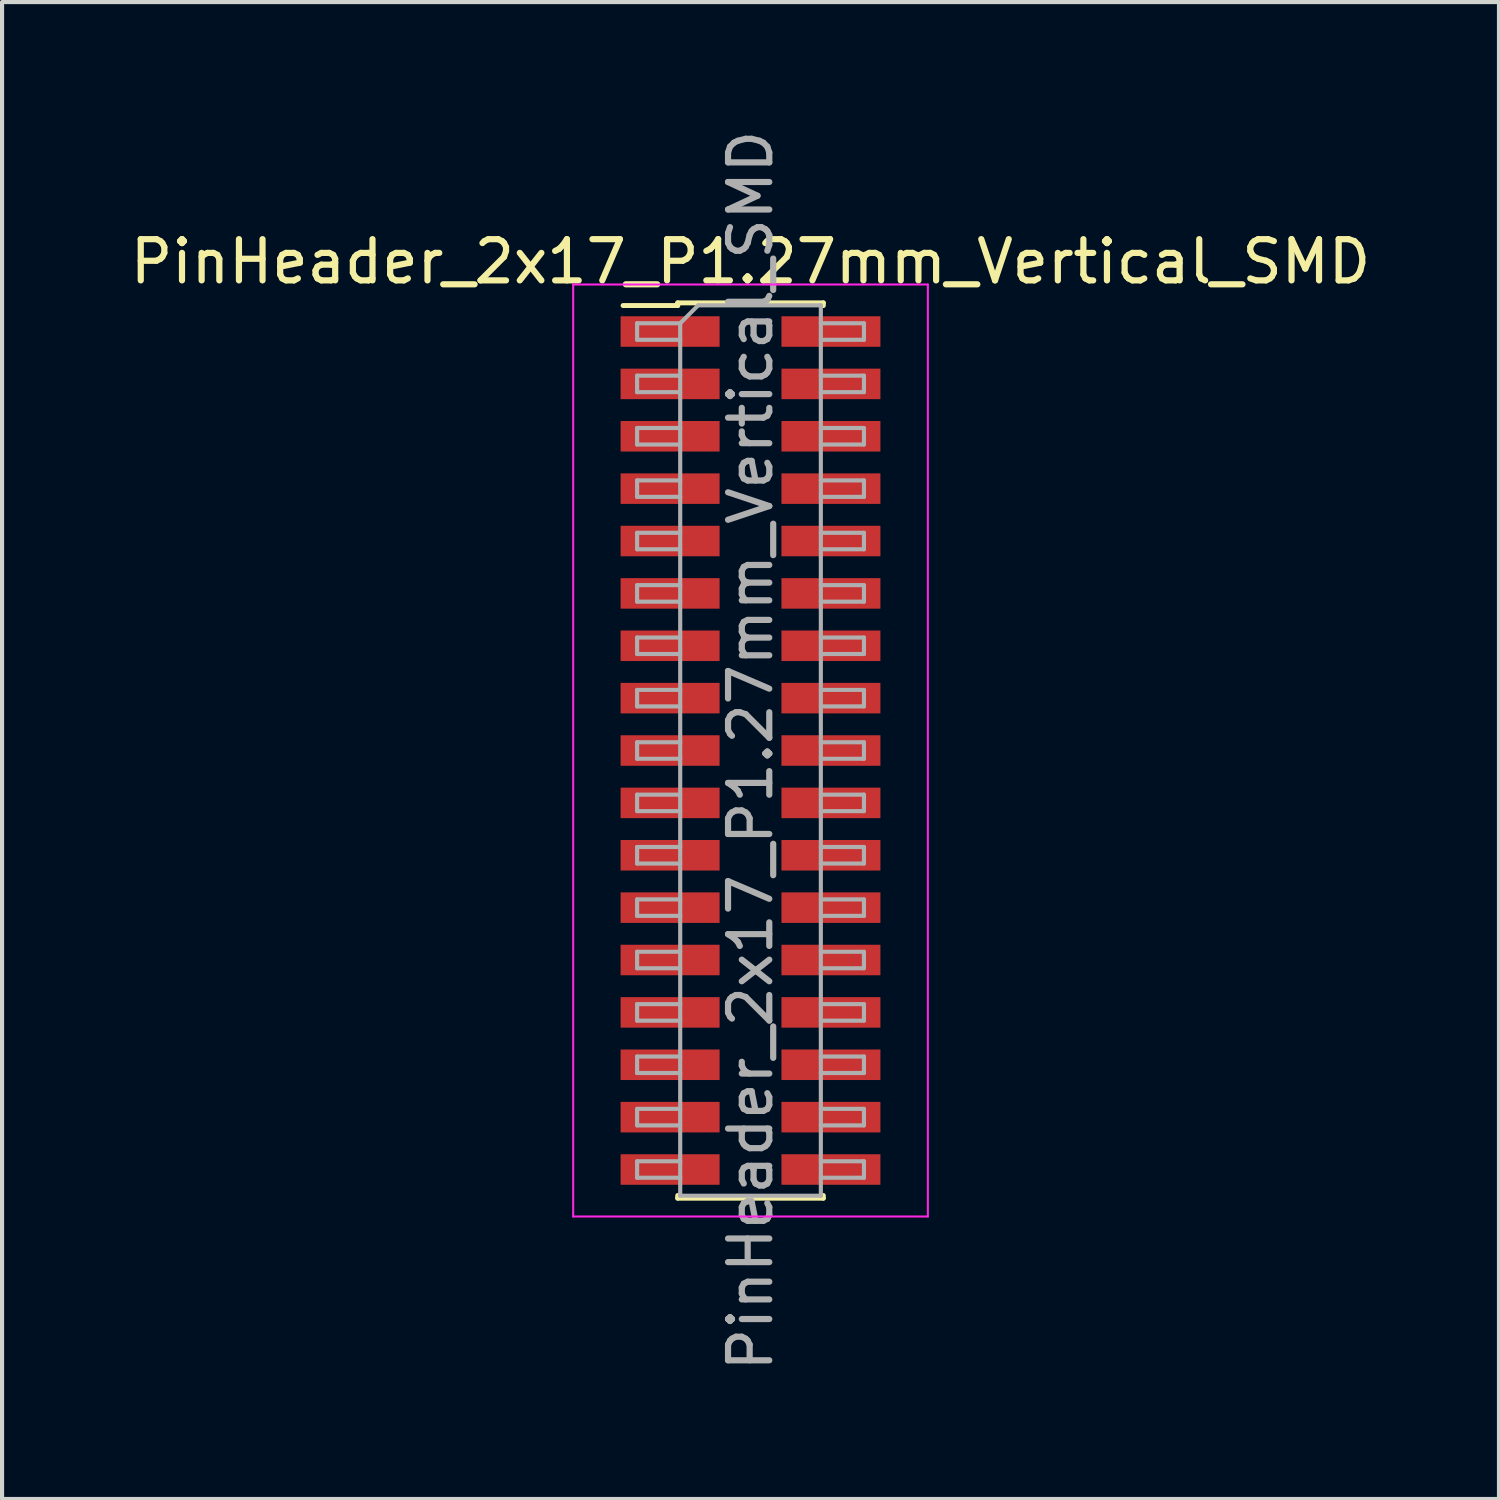
<source format=kicad_pcb>
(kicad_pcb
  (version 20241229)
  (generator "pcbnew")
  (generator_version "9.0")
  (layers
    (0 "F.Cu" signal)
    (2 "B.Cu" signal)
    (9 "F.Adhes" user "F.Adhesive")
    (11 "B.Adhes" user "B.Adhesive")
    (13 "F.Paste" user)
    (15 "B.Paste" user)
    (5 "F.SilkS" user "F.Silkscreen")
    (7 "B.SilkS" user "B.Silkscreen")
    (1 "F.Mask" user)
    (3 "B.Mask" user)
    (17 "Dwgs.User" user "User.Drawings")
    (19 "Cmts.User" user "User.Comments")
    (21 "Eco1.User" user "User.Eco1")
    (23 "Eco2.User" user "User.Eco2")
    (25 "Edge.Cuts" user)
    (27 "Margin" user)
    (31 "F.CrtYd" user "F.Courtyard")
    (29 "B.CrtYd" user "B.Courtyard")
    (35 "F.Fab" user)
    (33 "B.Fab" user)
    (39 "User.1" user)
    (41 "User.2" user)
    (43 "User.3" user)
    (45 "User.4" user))
  (footprint "PinHeader_2x17_P1.27mm_Vertical_SMD"
    (layer "F.Cu")
    (at 15.149 15.149)
    (property "Reference" "PinHeader_2x17_P1.27mm_Vertical_SMD" (at 0 -11.855 0) (layer "F.SilkS") (effects (font (size 1 1) (thickness 0.15))))
    (attr smd)
    (fp_line (start -3.09 -10.79) (end -1.765 -10.79) (stroke (width 0.12) (type solid)) (layer "F.SilkS"))
    (fp_line (start -1.765 -10.855) (end -1.765 -10.79) (stroke (width 0.12) (type solid)) (layer "F.SilkS"))
    (fp_line (start -1.765 -10.855) (end 1.765 -10.855) (stroke (width 0.12) (type solid)) (layer "F.SilkS"))
    (fp_line (start -1.765 10.79) (end -1.765 10.855) (stroke (width 0.12) (type solid)) (layer "F.SilkS"))
    (fp_line (start -1.765 10.855) (end 1.765 10.855) (stroke (width 0.12) (type solid)) (layer "F.SilkS"))
    (fp_line (start 1.765 -10.855) (end 1.765 -10.79) (stroke (width 0.12) (type solid)) (layer "F.SilkS"))
    (fp_line (start 1.765 10.79) (end 1.765 10.855) (stroke (width 0.12) (type solid)) (layer "F.SilkS"))
    (fp_line (start -4.3 -11.3) (end -4.3 11.3) (stroke (width 0.05) (type solid)) (layer "F.CrtYd"))
    (fp_line (start -4.3 11.3) (end 4.3 11.3) (stroke (width 0.05) (type solid)) (layer "F.CrtYd"))
    (fp_line (start 4.3 -11.3) (end -4.3 -11.3) (stroke (width 0.05) (type solid)) (layer "F.CrtYd"))
    (fp_line (start 4.3 11.3) (end 4.3 -11.3) (stroke (width 0.05) (type solid)) (layer "F.CrtYd"))
    (fp_line (start -2.75 -10.36) (end -2.75 -9.96) (stroke (width 0.1) (type solid)) (layer "F.Fab"))
    (fp_line (start -2.75 -9.96) (end -1.705 -9.96) (stroke (width 0.1) (type solid)) (layer "F.Fab"))
    (fp_line (start -2.75 -9.09) (end -2.75 -8.69) (stroke (width 0.1) (type solid)) (layer "F.Fab"))
    (fp_line (start -2.75 -8.69) (end -1.705 -8.69) (stroke (width 0.1) (type solid)) (layer "F.Fab"))
    (fp_line (start -2.75 -7.82) (end -2.75 -7.42) (stroke (width 0.1) (type solid)) (layer "F.Fab"))
    (fp_line (start -2.75 -7.42) (end -1.705 -7.42) (stroke (width 0.1) (type solid)) (layer "F.Fab"))
    (fp_line (start -2.75 -6.55) (end -2.75 -6.15) (stroke (width 0.1) (type solid)) (layer "F.Fab"))
    (fp_line (start -2.75 -6.15) (end -1.705 -6.15) (stroke (width 0.1) (type solid)) (layer "F.Fab"))
    (fp_line (start -2.75 -5.28) (end -2.75 -4.88) (stroke (width 0.1) (type solid)) (layer "F.Fab"))
    (fp_line (start -2.75 -4.88) (end -1.705 -4.88) (stroke (width 0.1) (type solid)) (layer "F.Fab"))
    (fp_line (start -2.75 -4.01) (end -2.75 -3.61) (stroke (width 0.1) (type solid)) (layer "F.Fab"))
    (fp_line (start -2.75 -3.61) (end -1.705 -3.61) (stroke (width 0.1) (type solid)) (layer "F.Fab"))
    (fp_line (start -2.75 -2.74) (end -2.75 -2.34) (stroke (width 0.1) (type solid)) (layer "F.Fab"))
    (fp_line (start -2.75 -2.34) (end -1.705 -2.34) (stroke (width 0.1) (type solid)) (layer "F.Fab"))
    (fp_line (start -2.75 -1.47) (end -2.75 -1.07) (stroke (width 0.1) (type solid)) (layer "F.Fab"))
    (fp_line (start -2.75 -1.07) (end -1.705 -1.07) (stroke (width 0.1) (type solid)) (layer "F.Fab"))
    (fp_line (start -2.75 -0.2) (end -2.75 0.2) (stroke (width 0.1) (type solid)) (layer "F.Fab"))
    (fp_line (start -2.75 0.2) (end -1.705 0.2) (stroke (width 0.1) (type solid)) (layer "F.Fab"))
    (fp_line (start -2.75 1.07) (end -2.75 1.47) (stroke (width 0.1) (type solid)) (layer "F.Fab"))
    (fp_line (start -2.75 1.47) (end -1.705 1.47) (stroke (width 0.1) (type solid)) (layer "F.Fab"))
    (fp_line (start -2.75 2.34) (end -2.75 2.74) (stroke (width 0.1) (type solid)) (layer "F.Fab"))
    (fp_line (start -2.75 2.74) (end -1.705 2.74) (stroke (width 0.1) (type solid)) (layer "F.Fab"))
    (fp_line (start -2.75 3.61) (end -2.75 4.01) (stroke (width 0.1) (type solid)) (layer "F.Fab"))
    (fp_line (start -2.75 4.01) (end -1.705 4.01) (stroke (width 0.1) (type solid)) (layer "F.Fab"))
    (fp_line (start -2.75 4.88) (end -2.75 5.28) (stroke (width 0.1) (type solid)) (layer "F.Fab"))
    (fp_line (start -2.75 5.28) (end -1.705 5.28) (stroke (width 0.1) (type solid)) (layer "F.Fab"))
    (fp_line (start -2.75 6.15) (end -2.75 6.55) (stroke (width 0.1) (type solid)) (layer "F.Fab"))
    (fp_line (start -2.75 6.55) (end -1.705 6.55) (stroke (width 0.1) (type solid)) (layer "F.Fab"))
    (fp_line (start -2.75 7.42) (end -2.75 7.82) (stroke (width 0.1) (type solid)) (layer "F.Fab"))
    (fp_line (start -2.75 7.82) (end -1.705 7.82) (stroke (width 0.1) (type solid)) (layer "F.Fab"))
    (fp_line (start -2.75 8.69) (end -2.75 9.09) (stroke (width 0.1) (type solid)) (layer "F.Fab"))
    (fp_line (start -2.75 9.09) (end -1.705 9.09) (stroke (width 0.1) (type solid)) (layer "F.Fab"))
    (fp_line (start -2.75 9.96) (end -2.75 10.36) (stroke (width 0.1) (type solid)) (layer "F.Fab"))
    (fp_line (start -2.75 10.36) (end -1.705 10.36) (stroke (width 0.1) (type solid)) (layer "F.Fab"))
    (fp_line (start -1.705 -10.36) (end -2.75 -10.36) (stroke (width 0.1) (type solid)) (layer "F.Fab"))
    (fp_line (start -1.705 -10.36) (end -1.27 -10.795) (stroke (width 0.1) (type solid)) (layer "F.Fab"))
    (fp_line (start -1.705 -9.09) (end -2.75 -9.09) (stroke (width 0.1) (type solid)) (layer "F.Fab"))
    (fp_line (start -1.705 -7.82) (end -2.75 -7.82) (stroke (width 0.1) (type solid)) (layer "F.Fab"))
    (fp_line (start -1.705 -6.55) (end -2.75 -6.55) (stroke (width 0.1) (type solid)) (layer "F.Fab"))
    (fp_line (start -1.705 -5.28) (end -2.75 -5.28) (stroke (width 0.1) (type solid)) (layer "F.Fab"))
    (fp_line (start -1.705 -4.01) (end -2.75 -4.01) (stroke (width 0.1) (type solid)) (layer "F.Fab"))
    (fp_line (start -1.705 -2.74) (end -2.75 -2.74) (stroke (width 0.1) (type solid)) (layer "F.Fab"))
    (fp_line (start -1.705 -1.47) (end -2.75 -1.47) (stroke (width 0.1) (type solid)) (layer "F.Fab"))
    (fp_line (start -1.705 -0.2) (end -2.75 -0.2) (stroke (width 0.1) (type solid)) (layer "F.Fab"))
    (fp_line (start -1.705 1.07) (end -2.75 1.07) (stroke (width 0.1) (type solid)) (layer "F.Fab"))
    (fp_line (start -1.705 2.34) (end -2.75 2.34) (stroke (width 0.1) (type solid)) (layer "F.Fab"))
    (fp_line (start -1.705 3.61) (end -2.75 3.61) (stroke (width 0.1) (type solid)) (layer "F.Fab"))
    (fp_line (start -1.705 4.88) (end -2.75 4.88) (stroke (width 0.1) (type solid)) (layer "F.Fab"))
    (fp_line (start -1.705 6.15) (end -2.75 6.15) (stroke (width 0.1) (type solid)) (layer "F.Fab"))
    (fp_line (start -1.705 7.42) (end -2.75 7.42) (stroke (width 0.1) (type solid)) (layer "F.Fab"))
    (fp_line (start -1.705 8.69) (end -2.75 8.69) (stroke (width 0.1) (type solid)) (layer "F.Fab"))
    (fp_line (start -1.705 9.96) (end -2.75 9.96) (stroke (width 0.1) (type solid)) (layer "F.Fab"))
    (fp_line (start -1.705 10.795) (end -1.705 -10.36) (stroke (width 0.1) (type solid)) (layer "F.Fab"))
    (fp_line (start -1.27 -10.795) (end 1.705 -10.795) (stroke (width 0.1) (type solid)) (layer "F.Fab"))
    (fp_line (start 1.705 -10.795) (end 1.705 10.795) (stroke (width 0.1) (type solid)) (layer "F.Fab"))
    (fp_line (start 1.705 -10.36) (end 2.75 -10.36) (stroke (width 0.1) (type solid)) (layer "F.Fab"))
    (fp_line (start 1.705 -9.09) (end 2.75 -9.09) (stroke (width 0.1) (type solid)) (layer "F.Fab"))
    (fp_line (start 1.705 -7.82) (end 2.75 -7.82) (stroke (width 0.1) (type solid)) (layer "F.Fab"))
    (fp_line (start 1.705 -6.55) (end 2.75 -6.55) (stroke (width 0.1) (type solid)) (layer "F.Fab"))
    (fp_line (start 1.705 -5.28) (end 2.75 -5.28) (stroke (width 0.1) (type solid)) (layer "F.Fab"))
    (fp_line (start 1.705 -4.01) (end 2.75 -4.01) (stroke (width 0.1) (type solid)) (layer "F.Fab"))
    (fp_line (start 1.705 -2.74) (end 2.75 -2.74) (stroke (width 0.1) (type solid)) (layer "F.Fab"))
    (fp_line (start 1.705 -1.47) (end 2.75 -1.47) (stroke (width 0.1) (type solid)) (layer "F.Fab"))
    (fp_line (start 1.705 -0.2) (end 2.75 -0.2) (stroke (width 0.1) (type solid)) (layer "F.Fab"))
    (fp_line (start 1.705 1.07) (end 2.75 1.07) (stroke (width 0.1) (type solid)) (layer "F.Fab"))
    (fp_line (start 1.705 2.34) (end 2.75 2.34) (stroke (width 0.1) (type solid)) (layer "F.Fab"))
    (fp_line (start 1.705 3.61) (end 2.75 3.61) (stroke (width 0.1) (type solid)) (layer "F.Fab"))
    (fp_line (start 1.705 4.88) (end 2.75 4.88) (stroke (width 0.1) (type solid)) (layer "F.Fab"))
    (fp_line (start 1.705 6.15) (end 2.75 6.15) (stroke (width 0.1) (type solid)) (layer "F.Fab"))
    (fp_line (start 1.705 7.42) (end 2.75 7.42) (stroke (width 0.1) (type solid)) (layer "F.Fab"))
    (fp_line (start 1.705 8.69) (end 2.75 8.69) (stroke (width 0.1) (type solid)) (layer "F.Fab"))
    (fp_line (start 1.705 9.96) (end 2.75 9.96) (stroke (width 0.1) (type solid)) (layer "F.Fab"))
    (fp_line (start 1.705 10.795) (end -1.705 10.795) (stroke (width 0.1) (type solid)) (layer "F.Fab"))
    (fp_line (start 2.75 -10.36) (end 2.75 -9.96) (stroke (width 0.1) (type solid)) (layer "F.Fab"))
    (fp_line (start 2.75 -9.96) (end 1.705 -9.96) (stroke (width 0.1) (type solid)) (layer "F.Fab"))
    (fp_line (start 2.75 -9.09) (end 2.75 -8.69) (stroke (width 0.1) (type solid)) (layer "F.Fab"))
    (fp_line (start 2.75 -8.69) (end 1.705 -8.69) (stroke (width 0.1) (type solid)) (layer "F.Fab"))
    (fp_line (start 2.75 -7.82) (end 2.75 -7.42) (stroke (width 0.1) (type solid)) (layer "F.Fab"))
    (fp_line (start 2.75 -7.42) (end 1.705 -7.42) (stroke (width 0.1) (type solid)) (layer "F.Fab"))
    (fp_line (start 2.75 -6.55) (end 2.75 -6.15) (stroke (width 0.1) (type solid)) (layer "F.Fab"))
    (fp_line (start 2.75 -6.15) (end 1.705 -6.15) (stroke (width 0.1) (type solid)) (layer "F.Fab"))
    (fp_line (start 2.75 -5.28) (end 2.75 -4.88) (stroke (width 0.1) (type solid)) (layer "F.Fab"))
    (fp_line (start 2.75 -4.88) (end 1.705 -4.88) (stroke (width 0.1) (type solid)) (layer "F.Fab"))
    (fp_line (start 2.75 -4.01) (end 2.75 -3.61) (stroke (width 0.1) (type solid)) (layer "F.Fab"))
    (fp_line (start 2.75 -3.61) (end 1.705 -3.61) (stroke (width 0.1) (type solid)) (layer "F.Fab"))
    (fp_line (start 2.75 -2.74) (end 2.75 -2.34) (stroke (width 0.1) (type solid)) (layer "F.Fab"))
    (fp_line (start 2.75 -2.34) (end 1.705 -2.34) (stroke (width 0.1) (type solid)) (layer "F.Fab"))
    (fp_line (start 2.75 -1.47) (end 2.75 -1.07) (stroke (width 0.1) (type solid)) (layer "F.Fab"))
    (fp_line (start 2.75 -1.07) (end 1.705 -1.07) (stroke (width 0.1) (type solid)) (layer "F.Fab"))
    (fp_line (start 2.75 -0.2) (end 2.75 0.2) (stroke (width 0.1) (type solid)) (layer "F.Fab"))
    (fp_line (start 2.75 0.2) (end 1.705 0.2) (stroke (width 0.1) (type solid)) (layer "F.Fab"))
    (fp_line (start 2.75 1.07) (end 2.75 1.47) (stroke (width 0.1) (type solid)) (layer "F.Fab"))
    (fp_line (start 2.75 1.47) (end 1.705 1.47) (stroke (width 0.1) (type solid)) (layer "F.Fab"))
    (fp_line (start 2.75 2.34) (end 2.75 2.74) (stroke (width 0.1) (type solid)) (layer "F.Fab"))
    (fp_line (start 2.75 2.74) (end 1.705 2.74) (stroke (width 0.1) (type solid)) (layer "F.Fab"))
    (fp_line (start 2.75 3.61) (end 2.75 4.01) (stroke (width 0.1) (type solid)) (layer "F.Fab"))
    (fp_line (start 2.75 4.01) (end 1.705 4.01) (stroke (width 0.1) (type solid)) (layer "F.Fab"))
    (fp_line (start 2.75 4.88) (end 2.75 5.28) (stroke (width 0.1) (type solid)) (layer "F.Fab"))
    (fp_line (start 2.75 5.28) (end 1.705 5.28) (stroke (width 0.1) (type solid)) (layer "F.Fab"))
    (fp_line (start 2.75 6.15) (end 2.75 6.55) (stroke (width 0.1) (type solid)) (layer "F.Fab"))
    (fp_line (start 2.75 6.55) (end 1.705 6.55) (stroke (width 0.1) (type solid)) (layer "F.Fab"))
    (fp_line (start 2.75 7.42) (end 2.75 7.82) (stroke (width 0.1) (type solid)) (layer "F.Fab"))
    (fp_line (start 2.75 7.82) (end 1.705 7.82) (stroke (width 0.1) (type solid)) (layer "F.Fab"))
    (fp_line (start 2.75 8.69) (end 2.75 9.09) (stroke (width 0.1) (type solid)) (layer "F.Fab"))
    (fp_line (start 2.75 9.09) (end 1.705 9.09) (stroke (width 0.1) (type solid)) (layer "F.Fab"))
    (fp_line (start 2.75 9.96) (end 2.75 10.36) (stroke (width 0.1) (type solid)) (layer "F.Fab"))
    (fp_line (start 2.75 10.36) (end 1.705 10.36) (stroke (width 0.1) (type solid)) (layer "F.Fab"))
    (fp_text user "${REFERENCE}" (at 0 0 90) (layer "F.Fab") (effects (font (size 1 1) (thickness 0.15))))
    (pad "1" smd rect (at -1.95 -10.16) (size 2.4 0.74) (layers "F.Cu" "F.Mask" "F.Paste"))
    (pad "2" smd rect (at 1.95 -10.16) (size 2.4 0.74) (layers "F.Cu" "F.Mask" "F.Paste"))
    (pad "3" smd rect (at -1.95 -8.89) (size 2.4 0.74) (layers "F.Cu" "F.Mask" "F.Paste"))
    (pad "4" smd rect (at 1.95 -8.89) (size 2.4 0.74) (layers "F.Cu" "F.Mask" "F.Paste"))
    (pad "5" smd rect (at -1.95 -7.62) (size 2.4 0.74) (layers "F.Cu" "F.Mask" "F.Paste"))
    (pad "6" smd rect (at 1.95 -7.62) (size 2.4 0.74) (layers "F.Cu" "F.Mask" "F.Paste"))
    (pad "7" smd rect (at -1.95 -6.35) (size 2.4 0.74) (layers "F.Cu" "F.Mask" "F.Paste"))
    (pad "8" smd rect (at 1.95 -6.35) (size 2.4 0.74) (layers "F.Cu" "F.Mask" "F.Paste"))
    (pad "9" smd rect (at -1.95 -5.08) (size 2.4 0.74) (layers "F.Cu" "F.Mask" "F.Paste"))
    (pad "10" smd rect (at 1.95 -5.08) (size 2.4 0.74) (layers "F.Cu" "F.Mask" "F.Paste"))
    (pad "11" smd rect (at -1.95 -3.81) (size 2.4 0.74) (layers "F.Cu" "F.Mask" "F.Paste"))
    (pad "12" smd rect (at 1.95 -3.81) (size 2.4 0.74) (layers "F.Cu" "F.Mask" "F.Paste"))
    (pad "13" smd rect (at -1.95 -2.54) (size 2.4 0.74) (layers "F.Cu" "F.Mask" "F.Paste"))
    (pad "14" smd rect (at 1.95 -2.54) (size 2.4 0.74) (layers "F.Cu" "F.Mask" "F.Paste"))
    (pad "15" smd rect (at -1.95 -1.27) (size 2.4 0.74) (layers "F.Cu" "F.Mask" "F.Paste"))
    (pad "16" smd rect (at 1.95 -1.27) (size 2.4 0.74) (layers "F.Cu" "F.Mask" "F.Paste"))
    (pad "17" smd rect (at -1.95 0) (size 2.4 0.74) (layers "F.Cu" "F.Mask" "F.Paste"))
    (pad "18" smd rect (at 1.95 0) (size 2.4 0.74) (layers "F.Cu" "F.Mask" "F.Paste"))
    (pad "19" smd rect (at -1.95 1.27) (size 2.4 0.74) (layers "F.Cu" "F.Mask" "F.Paste"))
    (pad "20" smd rect (at 1.95 1.27) (size 2.4 0.74) (layers "F.Cu" "F.Mask" "F.Paste"))
    (pad "21" smd rect (at -1.95 2.54) (size 2.4 0.74) (layers "F.Cu" "F.Mask" "F.Paste"))
    (pad "22" smd rect (at 1.95 2.54) (size 2.4 0.74) (layers "F.Cu" "F.Mask" "F.Paste"))
    (pad "23" smd rect (at -1.95 3.81) (size 2.4 0.74) (layers "F.Cu" "F.Mask" "F.Paste"))
    (pad "24" smd rect (at 1.95 3.81) (size 2.4 0.74) (layers "F.Cu" "F.Mask" "F.Paste"))
    (pad "25" smd rect (at -1.95 5.08) (size 2.4 0.74) (layers "F.Cu" "F.Mask" "F.Paste"))
    (pad "26" smd rect (at 1.95 5.08) (size 2.4 0.74) (layers "F.Cu" "F.Mask" "F.Paste"))
    (pad "27" smd rect (at -1.95 6.35) (size 2.4 0.74) (layers "F.Cu" "F.Mask" "F.Paste"))
    (pad "28" smd rect (at 1.95 6.35) (size 2.4 0.74) (layers "F.Cu" "F.Mask" "F.Paste"))
    (pad "29" smd rect (at -1.95 7.62) (size 2.4 0.74) (layers "F.Cu" "F.Mask" "F.Paste"))
    (pad "30" smd rect (at 1.95 7.62) (size 2.4 0.74) (layers "F.Cu" "F.Mask" "F.Paste"))
    (pad "31" smd rect (at -1.95 8.89) (size 2.4 0.74) (layers "F.Cu" "F.Mask" "F.Paste"))
    (pad "32" smd rect (at 1.95 8.89) (size 2.4 0.74) (layers "F.Cu" "F.Mask" "F.Paste"))
    (pad "33" smd rect (at -1.95 10.16) (size 2.4 0.74) (layers "F.Cu" "F.Mask" "F.Paste"))
    (pad "34" smd rect (at 1.95 10.16) (size 2.4 0.74) (layers "F.Cu" "F.Mask" "F.Paste")))
  (gr_rect
    (start -3 -3)
    (end 33.298 33.298)
    (stroke (width 0.1) (type default))
    (fill no)
    (layer "Edge.Cuts")))
</source>
